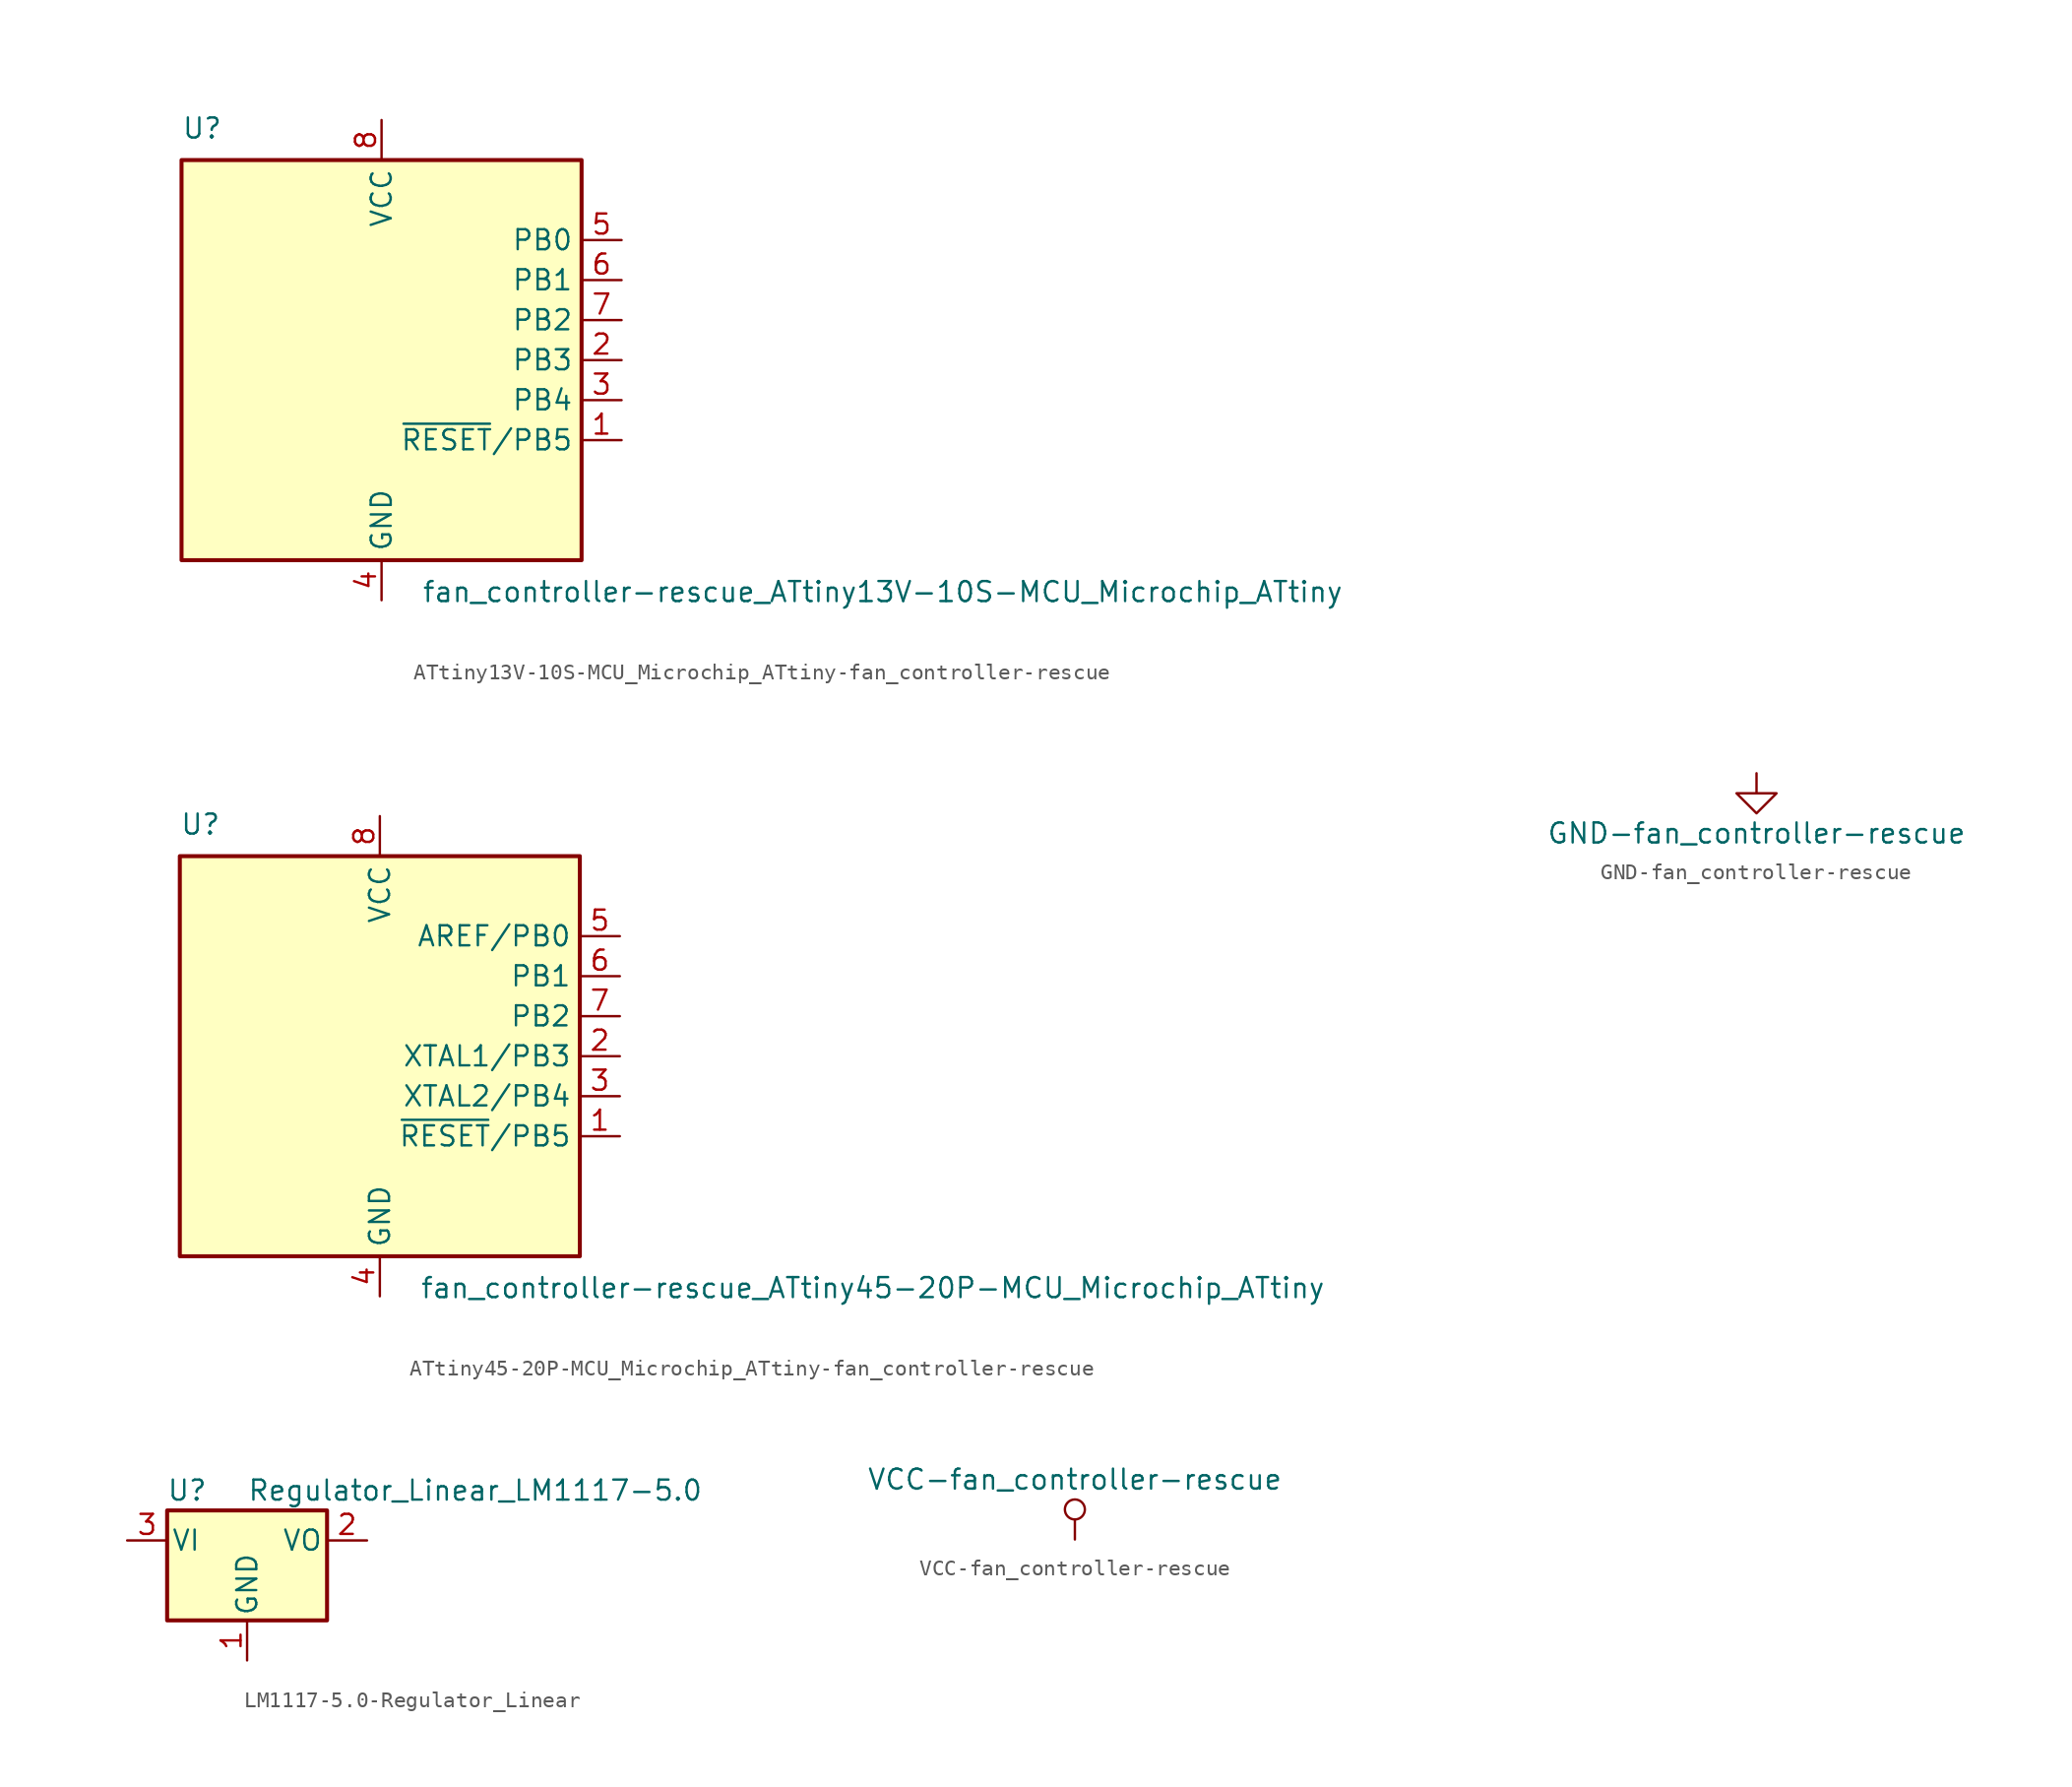
<source format=kicad_sym>
(kicad_symbol_lib
  (version 20220914)
  (generator kicad_symbol_editor)
  (symbol "ATtiny13V-10S-MCU_Microchip_ATtiny-fan_controller-rescue"
    (property "Reference" "U"
      (at -12.7 13.97 0)
      (effects (font (size 1.27 1.27)) (justify left bottom)))
    (property "Value" "fan_controller-rescue_ATtiny13V-10S-MCU_Microchip_ATtiny"
      (at 2.54 -13.97 0)
      (effects (font (size 1.27 1.27)) (justify left top)))
    (symbol "ATtiny13V-10S-MCU_Microchip_ATtiny-fan_controller-rescue_0_1"
      (rectangle (start -12.7 -12.7) (end 12.7 12.7) (stroke (width 0.254) (type solid)) (fill (type background))))
    (symbol "ATtiny13V-10S-MCU_Microchip_ATtiny-fan_controller-rescue_1_1"
      (pin bidirectional line (at 15.24 -5.08 180) (length 2.54) (name "~{RESET}/PB5" (effects (font (size 1.27 1.27)))) (number "1" (effects (font (size 1.27 1.27)))))
      (pin bidirectional line (at 15.24 0 180) (length 2.54) (name "PB3" (effects (font (size 1.27 1.27)))) (number "2" (effects (font (size 1.27 1.27)))))
      (pin bidirectional line (at 15.24 -2.54 180) (length 2.54) (name "PB4" (effects (font (size 1.27 1.27)))) (number "3" (effects (font (size 1.27 1.27)))))
      (pin power_in line (at 0 -15.24 90) (length 2.54) (name "GND" (effects (font (size 1.27 1.27)))) (number "4" (effects (font (size 1.27 1.27)))))
      (pin bidirectional line (at 15.24 7.62 180) (length 2.54) (name "PB0" (effects (font (size 1.27 1.27)))) (number "5" (effects (font (size 1.27 1.27)))))
      (pin bidirectional line (at 15.24 5.08 180) (length 2.54) (name "PB1" (effects (font (size 1.27 1.27)))) (number "6" (effects (font (size 1.27 1.27)))))
      (pin bidirectional line (at 15.24 2.54 180) (length 2.54) (name "PB2" (effects (font (size 1.27 1.27)))) (number "7" (effects (font (size 1.27 1.27)))))
      (pin power_in line (at 0 15.24 270) (length 2.54) (name "VCC" (effects (font (size 1.27 1.27)))) (number "8" (effects (font (size 1.27 1.27)))))))
  (symbol "ATtiny45-20P-MCU_Microchip_ATtiny-fan_controller-rescue"
    (property "Reference" "U"
      (at -12.7 13.97 0)
      (effects (font (size 1.27 1.27)) (justify left bottom)))
    (property "Value" "fan_controller-rescue_ATtiny45-20P-MCU_Microchip_ATtiny"
      (at 2.54 -13.97 0)
      (effects (font (size 1.27 1.27)) (justify left top)))
    (symbol "ATtiny45-20P-MCU_Microchip_ATtiny-fan_controller-rescue_0_1"
      (rectangle (start -12.7 -12.7) (end 12.7 12.7) (stroke (width 0.254) (type solid)) (fill (type background))))
    (symbol "ATtiny45-20P-MCU_Microchip_ATtiny-fan_controller-rescue_1_1"
      (pin bidirectional line (at 15.24 -5.08 180) (length 2.54) (name "~{RESET}/PB5" (effects (font (size 1.27 1.27)))) (number "1" (effects (font (size 1.27 1.27)))))
      (pin bidirectional line (at 15.24 0 180) (length 2.54) (name "XTAL1/PB3" (effects (font (size 1.27 1.27)))) (number "2" (effects (font (size 1.27 1.27)))))
      (pin bidirectional line (at 15.24 -2.54 180) (length 2.54) (name "XTAL2/PB4" (effects (font (size 1.27 1.27)))) (number "3" (effects (font (size 1.27 1.27)))))
      (pin power_in line (at 0 -15.24 90) (length 2.54) (name "GND" (effects (font (size 1.27 1.27)))) (number "4" (effects (font (size 1.27 1.27)))))
      (pin bidirectional line (at 15.24 7.62 180) (length 2.54) (name "AREF/PB0" (effects (font (size 1.27 1.27)))) (number "5" (effects (font (size 1.27 1.27)))))
      (pin bidirectional line (at 15.24 5.08 180) (length 2.54) (name "PB1" (effects (font (size 1.27 1.27)))) (number "6" (effects (font (size 1.27 1.27)))))
      (pin bidirectional line (at 15.24 2.54 180) (length 2.54) (name "PB2" (effects (font (size 1.27 1.27)))) (number "7" (effects (font (size 1.27 1.27)))))
      (pin power_in line (at 0 15.24 270) (length 2.54) (name "VCC" (effects (font (size 1.27 1.27)))) (number "8" (effects (font (size 1.27 1.27)))))))
  (symbol "GND-fan_controller-rescue"
    (power)
    (pin_names
      (offset 0))
    (property "Reference" "#PWR"
      (at 0 -6.35 0)
      (effects (font (size 1.27 1.27)) hide))
    (property "Value" "GND-fan_controller-rescue"
      (at 0 -3.81 0)
      (effects (font (size 1.27 1.27))))
    (symbol "GND-fan_controller-rescue_0_1"
      (polyline (pts (xy 0 0) (xy 0 -1.27) (xy 1.27 -1.27) (xy 0 -2.54) (xy -1.27 -1.27) (xy 0 -1.27)) (stroke (width 0) (type solid)) (fill (type none))))
    (symbol "GND-fan_controller-rescue_1_1"
      (pin power_in line (at 0 0 270) (length 0) hide (name "GND" (effects (font (size 1.27 1.27)))) (number "1" (effects (font (size 1.27 1.27)))))))
  (symbol "LM1117-5.0-Regulator_Linear"
    (pin_names
      (offset 0.254))
    (property "Reference" "U"
      (at -3.81 3.175 0)
      (effects (font (size 1.27 1.27))))
    (property "Value" "Regulator_Linear_LM1117-5.0"
      (at 0 3.175 0)
      (effects (font (size 1.27 1.27)) (justify left)))
    (symbol "LM1117-5.0-Regulator_Linear_0_1"
      (rectangle (start -5.08 -5.08) (end 5.08 1.905) (stroke (width 0.254) (type solid)) (fill (type background))))
    (symbol "LM1117-5.0-Regulator_Linear_1_1"
      (pin power_in line (at 0 -7.62 90) (length 2.54) (name "GND" (effects (font (size 1.27 1.27)))) (number "1" (effects (font (size 1.27 1.27)))))
      (pin power_out line (at 7.62 0 180) (length 2.54) (name "VO" (effects (font (size 1.27 1.27)))) (number "2" (effects (font (size 1.27 1.27)))))
      (pin power_in line (at -7.62 0 0) (length 2.54) (name "VI" (effects (font (size 1.27 1.27)))) (number "3" (effects (font (size 1.27 1.27)))))))
  (symbol "VCC-fan_controller-rescue"
    (power)
    (pin_names
      (offset 0))
    (property "Reference" "#PWR"
      (at 0 -3.81 0)
      (effects (font (size 1.27 1.27)) hide))
    (property "Value" "VCC-fan_controller-rescue"
      (at 0 3.81 0)
      (effects (font (size 1.27 1.27))))
    (symbol "VCC-fan_controller-rescue_0_1"
      (polyline (pts (xy 0 0) (xy 0 1.27)) (stroke (width 0) (type solid)) (fill (type none)))
      (circle (center 0 1.905) (radius 0.635) (stroke (width 0) (type solid)) (fill (type none))))
    (symbol "VCC-fan_controller-rescue_1_1"
      (pin power_in line (at 0 0 90) (length 0) hide (name "VCC" (effects (font (size 1.27 1.27)))) (number "1" (effects (font (size 1.27 1.27))))))))
</source>
